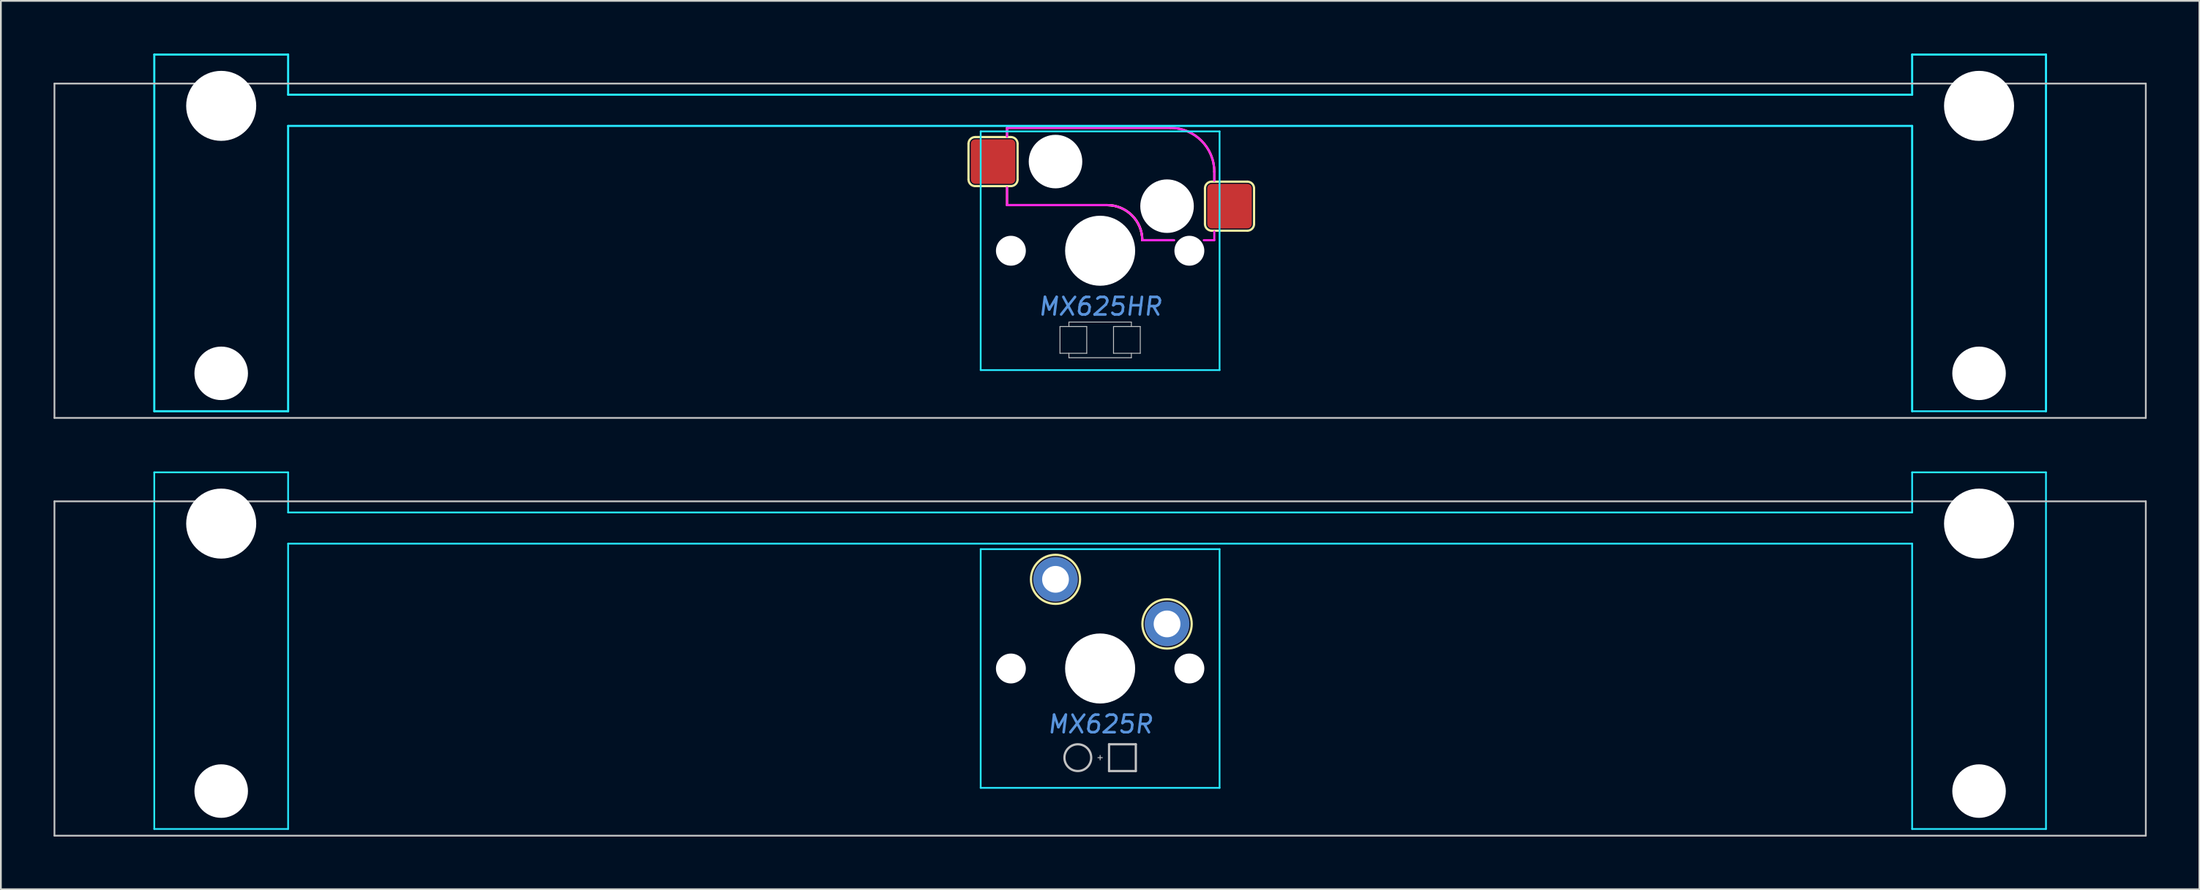
<source format=kicad_pcb>
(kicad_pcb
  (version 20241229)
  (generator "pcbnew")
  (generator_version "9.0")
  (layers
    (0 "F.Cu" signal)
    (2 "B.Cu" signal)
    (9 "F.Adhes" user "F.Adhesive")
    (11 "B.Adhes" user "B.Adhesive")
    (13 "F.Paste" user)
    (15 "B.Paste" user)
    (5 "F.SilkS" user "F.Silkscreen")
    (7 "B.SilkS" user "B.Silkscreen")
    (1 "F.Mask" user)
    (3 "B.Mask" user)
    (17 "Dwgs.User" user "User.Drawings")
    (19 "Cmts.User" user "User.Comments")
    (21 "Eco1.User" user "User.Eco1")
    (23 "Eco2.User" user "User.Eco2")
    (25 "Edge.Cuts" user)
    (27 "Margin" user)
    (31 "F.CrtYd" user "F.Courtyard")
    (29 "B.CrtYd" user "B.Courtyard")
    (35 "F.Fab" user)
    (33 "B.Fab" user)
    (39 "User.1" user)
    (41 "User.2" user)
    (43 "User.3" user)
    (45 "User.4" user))
  (footprint "MX625HR"
    (layer "F.Cu")
    (at 59.581 11.236)
    (property "Reference" "MX625HR" (at 0 3.175 0) (layer "Cmts.User") (effects (font (size 1 1) (thickness 0.15) (italic yes))))
    (attr through_hole)
    (fp_line (start -7.493 -6.096) (end -7.493 -4.064) (stroke (width 0.127) (type solid)) (layer "F.SilkS"))
    (fp_line (start -7.112 -3.683) (end -5.08 -3.683) (stroke (width 0.127) (type solid)) (layer "F.SilkS"))
    (fp_line (start -5.3 -7) (end -5.3 -6.5) (stroke (width 0.127) (type solid)) (layer "F.SilkS"))
    (fp_line (start -5.3 -3.6) (end -5.3 -2.6) (stroke (width 0.127) (type solid)) (layer "F.SilkS"))
    (fp_line (start -5.08 -6.477) (end -7.112 -6.477) (stroke (width 0.127) (type solid)) (layer "F.SilkS"))
    (fp_line (start -4.699 -4.064) (end -4.699 -6.096) (stroke (width 0.127) (type solid)) (layer "F.SilkS"))
    (fp_line (start 0.4 -2.6) (end -5.3 -2.6) (stroke (width 0.127) (type solid)) (layer "F.SilkS"))
    (fp_line (start 4 -7) (end -5.3 -7) (stroke (width 0.12) (type solid)) (layer "F.SilkS"))
    (fp_line (start 4.2 -0.6) (end 2.4 -0.6) (stroke (width 0.127) (type solid)) (layer "F.SilkS"))
    (fp_line (start 5.969 -3.556) (end 5.969 -1.524) (stroke (width 0.127) (type solid)) (layer "F.SilkS"))
    (fp_line (start 6.35 -1.143) (end 8.382 -1.143) (stroke (width 0.127) (type solid)) (layer "F.SilkS"))
    (fp_line (start 6.5 -4.5) (end 6.5 -4) (stroke (width 0.12) (type solid)) (layer "F.SilkS"))
    (fp_line (start 8.382 -3.937) (end 6.35 -3.937) (stroke (width 0.127) (type solid)) (layer "F.SilkS"))
    (fp_line (start 8.763 -1.524) (end 8.763 -3.556) (stroke (width 0.127) (type solid)) (layer "F.SilkS"))
    (fp_arc (start -7.493 -6.096) (mid -7.381408 -6.365408) (end -7.112 -6.477) (stroke (width 0.127) (type solid)) (layer "F.SilkS"))
    (fp_arc (start -7.112 -3.683) (mid -7.381408 -3.794592) (end -7.493 -4.064) (stroke (width 0.127) (type solid)) (layer "F.SilkS"))
    (fp_arc (start -5.08 -6.477) (mid -4.810592 -6.365408) (end -4.699 -6.096) (stroke (width 0.127) (type solid)) (layer "F.SilkS"))
    (fp_arc (start -4.699 -4.064) (mid -4.810592 -3.794592) (end -5.08 -3.683) (stroke (width 0.127) (type solid)) (layer "F.SilkS"))
    (fp_arc (start 0.4 -2.6) (mid 1.814214 -2.014214) (end 2.4 -0.6) (stroke (width 0.127) (type solid)) (layer "F.SilkS"))
    (fp_arc (start 0.4 -2.6) (mid 1.814214 -2.014214) (end 2.4 -0.6) (stroke (width 0.127) (type solid)) (layer "F.SilkS"))
    (fp_arc (start 4 -7) (mid 5.767767 -6.267767) (end 6.5 -4.5) (stroke (width 0.127) (type solid)) (layer "F.SilkS"))
    (fp_arc (start 5.969 -3.556) (mid 6.080592 -3.825408) (end 6.35 -3.937) (stroke (width 0.127) (type solid)) (layer "F.SilkS"))
    (fp_arc (start 6.35 -1.143) (mid 6.080592 -1.254592) (end 5.969 -1.524) (stroke (width 0.127) (type solid)) (layer "F.SilkS"))
    (fp_arc (start 8.382 -3.937) (mid 8.651408 -3.825408) (end 8.763 -3.556) (stroke (width 0.127) (type solid)) (layer "F.SilkS"))
    (fp_arc (start 8.763 -1.524) (mid 8.651408 -1.254592) (end 8.382 -1.143) (stroke (width 0.127) (type solid)) (layer "F.SilkS"))
    (fp_line (start -59.531 -9.525) (end -59.531 9.525) (stroke (width 0.1) (type solid)) (layer "Dwgs.User"))
    (fp_line (start -59.531 -9.525) (end 59.531 -9.525) (stroke (width 0.1) (type solid)) (layer "Dwgs.User"))
    (fp_line (start -59.531 9.525) (end 59.531 9.525) (stroke (width 0.1) (type solid)) (layer "Dwgs.User"))
    (fp_line (start -2.286 4.318) (end -0.762 4.318) (stroke (width 0.051) (type solid)) (layer "Dwgs.User"))
    (fp_line (start -2.286 5.842) (end -2.286 4.318) (stroke (width 0.051) (type solid)) (layer "Dwgs.User"))
    (fp_line (start -1.778 4.064) (end 1.778 4.064) (stroke (width 0.051) (type solid)) (layer "Dwgs.User"))
    (fp_line (start -1.778 4.318) (end -1.778 4.064) (stroke (width 0.051) (type solid)) (layer "Dwgs.User"))
    (fp_line (start -1.778 6.096) (end -1.778 5.842) (stroke (width 0.051) (type solid)) (layer "Dwgs.User"))
    (fp_line (start -0.762 4.318) (end -0.762 5.842) (stroke (width 0.051) (type solid)) (layer "Dwgs.User"))
    (fp_line (start -0.762 5.842) (end -2.286 5.842) (stroke (width 0.051) (type solid)) (layer "Dwgs.User"))
    (fp_line (start 0.762 4.318) (end 2.286 4.318) (stroke (width 0.051) (type solid)) (layer "Dwgs.User"))
    (fp_line (start 0.762 5.842) (end 0.762 4.318) (stroke (width 0.051) (type solid)) (layer "Dwgs.User"))
    (fp_line (start 1.778 4.064) (end 1.778 4.318) (stroke (width 0.051) (type solid)) (layer "Dwgs.User"))
    (fp_line (start 1.778 5.842) (end 1.778 6.096) (stroke (width 0.051) (type solid)) (layer "Dwgs.User"))
    (fp_line (start 1.778 6.096) (end -1.778 6.096) (stroke (width 0.051) (type solid)) (layer "Dwgs.User"))
    (fp_line (start 2.286 4.318) (end 2.286 5.842) (stroke (width 0.051) (type solid)) (layer "Dwgs.User"))
    (fp_line (start 2.286 5.842) (end 0.762 5.842) (stroke (width 0.051) (type solid)) (layer "Dwgs.User"))
    (fp_line (start 59.531 -9.525) (end 59.531 9.525) (stroke (width 0.1) (type solid)) (layer "Dwgs.User"))
    (fp_line (start -53.848 -11.176) (end -53.848 9.144) (stroke (width 0.12) (type solid)) (layer "B.CrtYd"))
    (fp_line (start -53.848 -11.176) (end -46.228 -11.176) (stroke (width 0.12) (type solid)) (layer "B.CrtYd"))
    (fp_line (start -53.848 9.144) (end -46.228 9.144) (stroke (width 0.12) (type solid)) (layer "B.CrtYd"))
    (fp_line (start -46.228 -11.176) (end -46.228 -8.89) (stroke (width 0.12) (type solid)) (layer "B.CrtYd"))
    (fp_line (start -46.228 -7.112) (end -46.228 9.144) (stroke (width 0.12) (type solid)) (layer "B.CrtYd"))
    (fp_line (start -6.8 -6.8) (end -6.8 6.8) (stroke (width 0.1) (type solid)) (layer "B.CrtYd"))
    (fp_line (start 6.8 -6.8) (end -6.8 -6.8) (stroke (width 0.1) (type solid)) (layer "B.CrtYd"))
    (fp_line (start 6.8 -6.8) (end 6.8 6.8) (stroke (width 0.1) (type solid)) (layer "B.CrtYd"))
    (fp_line (start 6.8 6.8) (end -6.8 6.8) (stroke (width 0.1) (type solid)) (layer "B.CrtYd"))
    (fp_line (start 46.228 -11.176) (end 46.228 -8.89) (stroke (width 0.12) (type solid)) (layer "B.CrtYd"))
    (fp_line (start 46.228 -8.89) (end -46.228 -8.89) (stroke (width 0.12) (type solid)) (layer "B.CrtYd"))
    (fp_line (start 46.228 -7.112) (end -46.228 -7.112) (stroke (width 0.12) (type solid)) (layer "B.CrtYd"))
    (fp_line (start 46.228 -7.112) (end 46.228 9.144) (stroke (width 0.12) (type solid)) (layer "B.CrtYd"))
    (fp_line (start 53.848 -11.176) (end 46.228 -11.176) (stroke (width 0.12) (type solid)) (layer "B.CrtYd"))
    (fp_line (start 53.848 -11.176) (end 53.848 9.144) (stroke (width 0.12) (type solid)) (layer "B.CrtYd"))
    (fp_line (start 53.848 9.144) (end 46.228 9.144) (stroke (width 0.1) (type solid)) (layer "B.CrtYd"))
    (fp_line (start -5.3 -7) (end -5.3 -6.5) (stroke (width 0.127) (type solid)) (layer "F.CrtYd"))
    (fp_line (start -5.3 -3.6) (end -5.3 -2.6) (stroke (width 0.127) (type solid)) (layer "F.CrtYd"))
    (fp_line (start -5.2 -7) (end -5.3 -7) (stroke (width 0.12) (type solid)) (layer "F.CrtYd"))
    (fp_line (start 0.4 -2.6) (end -5.3 -2.6) (stroke (width 0.127) (type solid)) (layer "F.CrtYd"))
    (fp_line (start 4 -7) (end -5.2 -7) (stroke (width 0.12) (type solid)) (layer "F.CrtYd"))
    (fp_line (start 4.2 -0.6) (end 2.4 -0.6) (stroke (width 0.127) (type solid)) (layer "F.CrtYd"))
    (fp_line (start 6.5 -4.5) (end 6.5 -4) (stroke (width 0.127) (type solid)) (layer "F.CrtYd"))
    (fp_line (start 6.5 -1.1) (end 6.5 -0.6) (stroke (width 0.12) (type solid)) (layer "F.CrtYd"))
    (fp_line (start 6.5 -0.6) (end 5.9 -0.6) (stroke (width 0.12) (type solid)) (layer "F.CrtYd"))
    (fp_arc (start 0.4 -2.6) (mid 1.814214 -2.014214) (end 2.4 -0.6) (stroke (width 0.127) (type solid)) (layer "F.CrtYd"))
    (fp_arc (start 4 -7) (mid 5.767767 -6.267767) (end 6.5 -4.5) (stroke (width 0.127) (type solid)) (layer "F.CrtYd"))
    (pad "" np_thru_hole circle (at -50.038 -8.255 180) (size 3.988 3.988) (drill 3.988) (layers "*.Cu" "*.Mask"))
    (pad "" np_thru_hole circle (at -50.038 6.985 180) (size 3.048 3.048) (drill 3.048) (layers "*.Cu" "*.Mask"))
    (pad "" np_thru_hole circle (at -5.08 0) (size 1.702 1.702) (drill 1.702) (layers "*.Cu" "*.Mask"))
    (pad "" np_thru_hole circle (at -2.54 -5.08) (size 3.048 3.048) (drill 3.048) (layers "*.Cu" "*.Mask"))
    (pad "" np_thru_hole circle (at 0 0) (size 3.988 3.988) (drill 3.988) (layers "*.Cu" "*.Mask"))
    (pad "" np_thru_hole circle (at 3.81 -2.54) (size 3.048 3.048) (drill 3.048) (layers "*.Cu" "*.Mask"))
    (pad "" np_thru_hole circle (at 5.08 0) (size 1.702 1.702) (drill 1.702) (layers "*.Cu" "*.Mask"))
    (pad "" np_thru_hole circle (at 50.038 -8.255 180) (size 3.988 3.988) (drill 3.988) (layers "*.Cu" "*.Mask"))
    (pad "" np_thru_hole circle (at 50.038 6.985 180) (size 3.048 3.048) (drill 3.048) (layers "*.Cu" "*.Mask"))
    (pad "1" smd roundrect (at -6.096 -5.08) (size 2.54 2.54) (layers "F.Cu" "F.Mask") (roundrect_rratio 0.1))
    (pad "2" smd roundrect (at 7.366 -2.54) (size 2.54 2.54) (layers "F.Cu" "F.Mask") (roundrect_rratio 0.1)))
  (footprint "MX625R"
    (layer "F.Cu")
    (at 59.581 35.037)
    (property "Reference" "MX625R" (at 0 3.175 0) (layer "Cmts.User") (effects (font (size 1 1) (thickness 0.15) (italic yes))))
    (attr through_hole)
    (fp_circle (center -2.54 -5.08) (end -1.143 -5.08) (stroke (width 0.127) (type solid)) (fill no) (layer "F.SilkS"))
    (fp_circle (center 3.81 -2.54) (end 5.207 -2.413) (stroke (width 0.127) (type solid)) (fill no) (layer "F.SilkS"))
    (fp_line (start -59.531 -9.525) (end -59.531 9.525) (stroke (width 0.1) (type solid)) (layer "Dwgs.User"))
    (fp_line (start -59.531 -9.525) (end 59.531 -9.525) (stroke (width 0.1) (type solid)) (layer "Dwgs.User"))
    (fp_line (start -59.531 9.525) (end 59.531 9.525) (stroke (width 0.1) (type solid)) (layer "Dwgs.User"))
    (fp_line (start -0.127 5.08) (end 0.127 5.08) (stroke (width 0.051) (type solid)) (layer "Dwgs.User"))
    (fp_line (start 0 5.207) (end 0 4.953) (stroke (width 0.051) (type solid)) (layer "Dwgs.User"))
    (fp_line (start 0.508 4.318) (end 0.508 5.842) (stroke (width 0.127) (type solid)) (layer "Dwgs.User"))
    (fp_line (start 0.508 4.318) (end 2.032 4.318) (stroke (width 0.127) (type solid)) (layer "Dwgs.User"))
    (fp_line (start 0.508 5.842) (end 2.032 5.842) (stroke (width 0.127) (type solid)) (layer "Dwgs.User"))
    (fp_line (start 2.032 5.842) (end 2.032 4.318) (stroke (width 0.127) (type solid)) (layer "Dwgs.User"))
    (fp_line (start 59.531 -9.525) (end 59.531 9.525) (stroke (width 0.1) (type solid)) (layer "Dwgs.User"))
    (fp_circle (center -1.27 5.08) (end -0.508 5.08) (stroke (width 0.127) (type solid)) (fill no) (layer "Dwgs.User"))
    (fp_line (start -53.848 9.144) (end -53.848 -11.176) (stroke (width 0.1) (type solid)) (layer "B.CrtYd"))
    (fp_line (start -46.228 -11.176) (end -53.848 -11.176) (stroke (width 0.1) (type solid)) (layer "B.CrtYd"))
    (fp_line (start -46.228 -8.89) (end -46.228 -11.176) (stroke (width 0.1) (type solid)) (layer "B.CrtYd"))
    (fp_line (start -46.228 -7.112) (end -46.228 9.144) (stroke (width 0.1) (type solid)) (layer "B.CrtYd"))
    (fp_line (start -46.228 9.144) (end -53.848 9.144) (stroke (width 0.1) (type solid)) (layer "B.CrtYd"))
    (fp_line (start -6.8 -6.8) (end -6.8 6.8) (stroke (width 0.1) (type solid)) (layer "B.CrtYd"))
    (fp_line (start -6.8 -6.8) (end 6.8 -6.8) (stroke (width 0.1) (type solid)) (layer "B.CrtYd"))
    (fp_line (start -6.8 6.8) (end 6.8 6.8) (stroke (width 0.1) (type solid)) (layer "B.CrtYd"))
    (fp_line (start 6.8 6.8) (end 6.8 -6.8) (stroke (width 0.1) (type solid)) (layer "B.CrtYd"))
    (fp_line (start 46.228 -8.89) (end -46.228 -8.89) (stroke (width 0.1) (type solid)) (layer "B.CrtYd"))
    (fp_line (start 46.228 -8.89) (end 46.228 -11.176) (stroke (width 0.1) (type solid)) (layer "B.CrtYd"))
    (fp_line (start 46.228 -7.112) (end -46.228 -7.112) (stroke (width 0.1) (type solid)) (layer "B.CrtYd"))
    (fp_line (start 46.228 -7.112) (end 46.228 9.144) (stroke (width 0.1) (type solid)) (layer "B.CrtYd"))
    (fp_line (start 53.848 -11.176) (end 46.228 -11.176) (stroke (width 0.1) (type solid)) (layer "B.CrtYd"))
    (fp_line (start 53.848 9.144) (end 46.228 9.144) (stroke (width 0.1) (type solid)) (layer "B.CrtYd"))
    (fp_line (start 53.848 9.144) (end 53.848 -11.176) (stroke (width 0.1) (type solid)) (layer "B.CrtYd"))
    (pad "" np_thru_hole circle (at -50.038 -8.255) (size 3.988 3.988) (drill 3.988) (layers "*.Cu" "*.Mask"))
    (pad "" np_thru_hole circle (at -50.038 6.985) (size 3.048 3.048) (drill 3.048) (layers "*.Cu" "*.Mask"))
    (pad "" np_thru_hole circle (at -5.08 0) (size 1.702 1.702) (drill 1.702) (layers "*.Cu" "*.Mask"))
    (pad "" np_thru_hole circle (at 0 0) (size 3.988 3.988) (drill 3.988) (layers "*.Cu" "*.Mask"))
    (pad "" np_thru_hole circle (at 5.08 0) (size 1.702 1.702) (drill 1.702) (layers "*.Cu" "*.Mask"))
    (pad "" np_thru_hole circle (at 50.038 -8.255) (size 3.988 3.988) (drill 3.988) (layers "*.Cu" "*.Mask"))
    (pad "" np_thru_hole circle (at 50.038 6.985) (size 3.048 3.048) (drill 3.048) (layers "*.Cu" "*.Mask"))
    (pad "1" thru_hole circle (at -2.54 -5.08) (size 2.54 2.54) (drill 1.524) (layers "*.Cu" "*.Mask"))
    (pad "2" thru_hole circle (at 3.81 -2.54) (size 2.54 2.54) (drill 1.524) (layers "*.Cu" "*.Mask")))
  (gr_rect
    (start -3 -3)
    (end 122.162 47.612)
    (stroke (width 0.1) (type default))
    (fill no)
    (layer "Edge.Cuts")))
</source>
